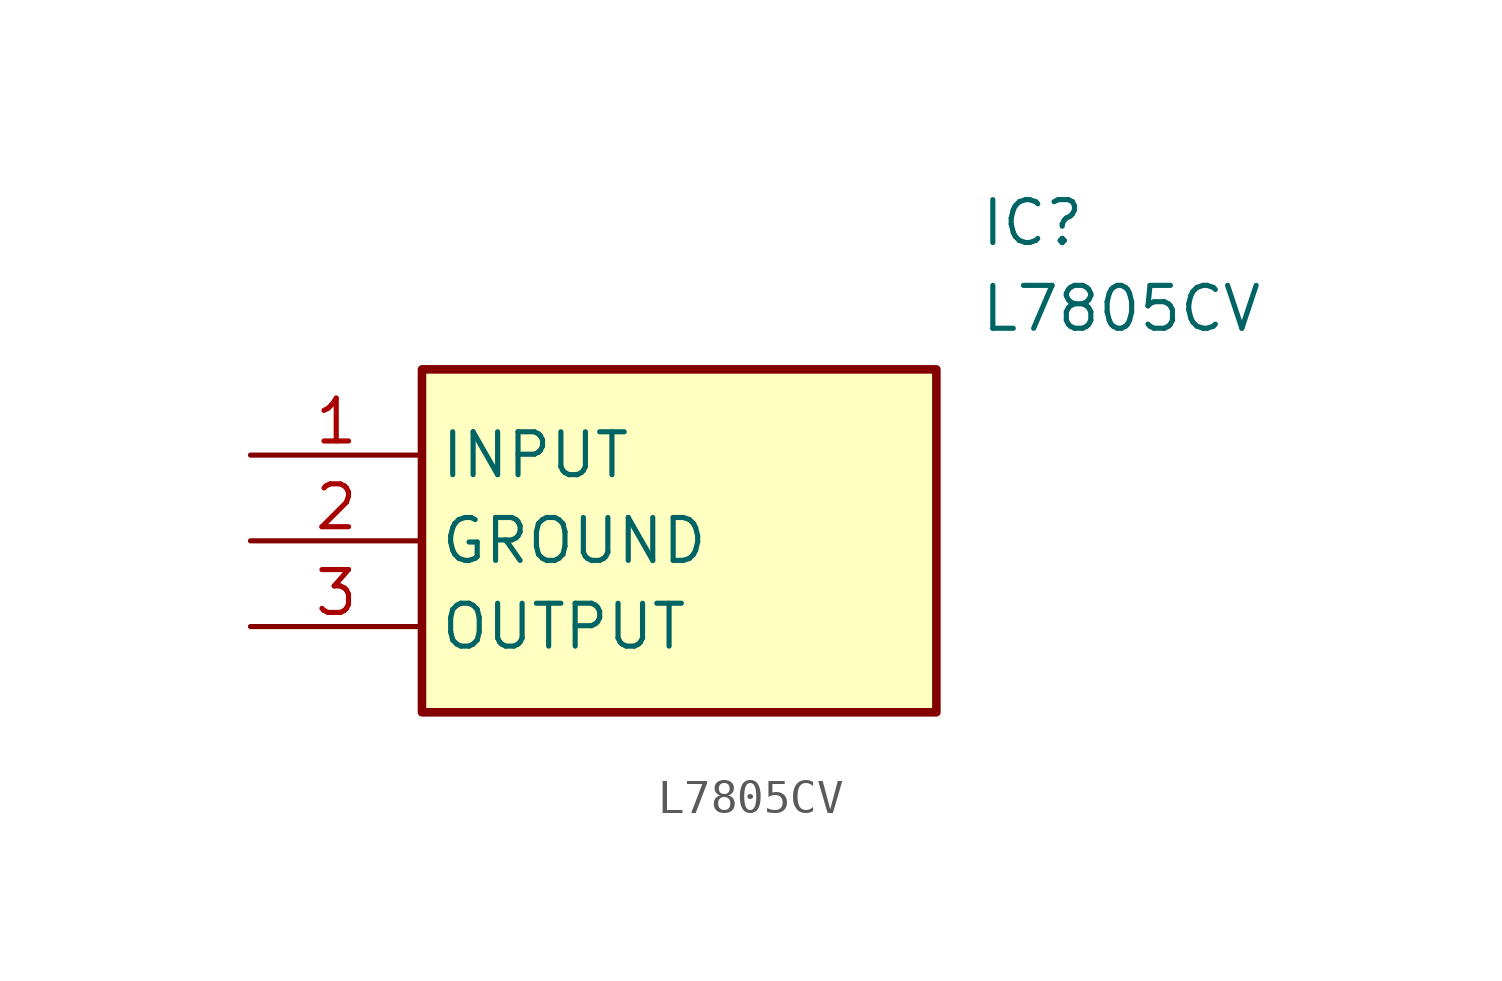
<source format=kicad_sym>
(kicad_symbol_lib
  (version 20211014)
  (generator SamacSys_ECAD_Model)
  (symbol "L7805CV"
    (property "Reference" "IC"
      (at 21.59 7.62 0)
      (effects (font (size 1.27 1.27)) (justify left top)))
    (property "Value" "L7805CV"
      (at 21.59 5.08 0)
      (effects (font (size 1.27 1.27)) (justify left top)))
    (rectangle
      (start 5.08 2.54)
      (end 20.32 -7.62)
      (stroke (width 0.254) (type default))
      (fill (type background)))
    (pin passive line
      (at 0 0 0)
      (length 5.08)
      (name "INPUT" (effects (font (size 1.27 1.27))))
      (number "1" (effects (font (size 1.27 1.27)))))
    (pin passive line
      (at 0 -2.54 0)
      (length 5.08)
      (name "GROUND" (effects (font (size 1.27 1.27))))
      (number "2" (effects (font (size 1.27 1.27)))))
    (pin passive line
      (at 0 -5.08 0)
      (length 5.08)
      (name "OUTPUT" (effects (font (size 1.27 1.27))))
      (number "3" (effects (font (size 1.27 1.27)))))))
</source>
